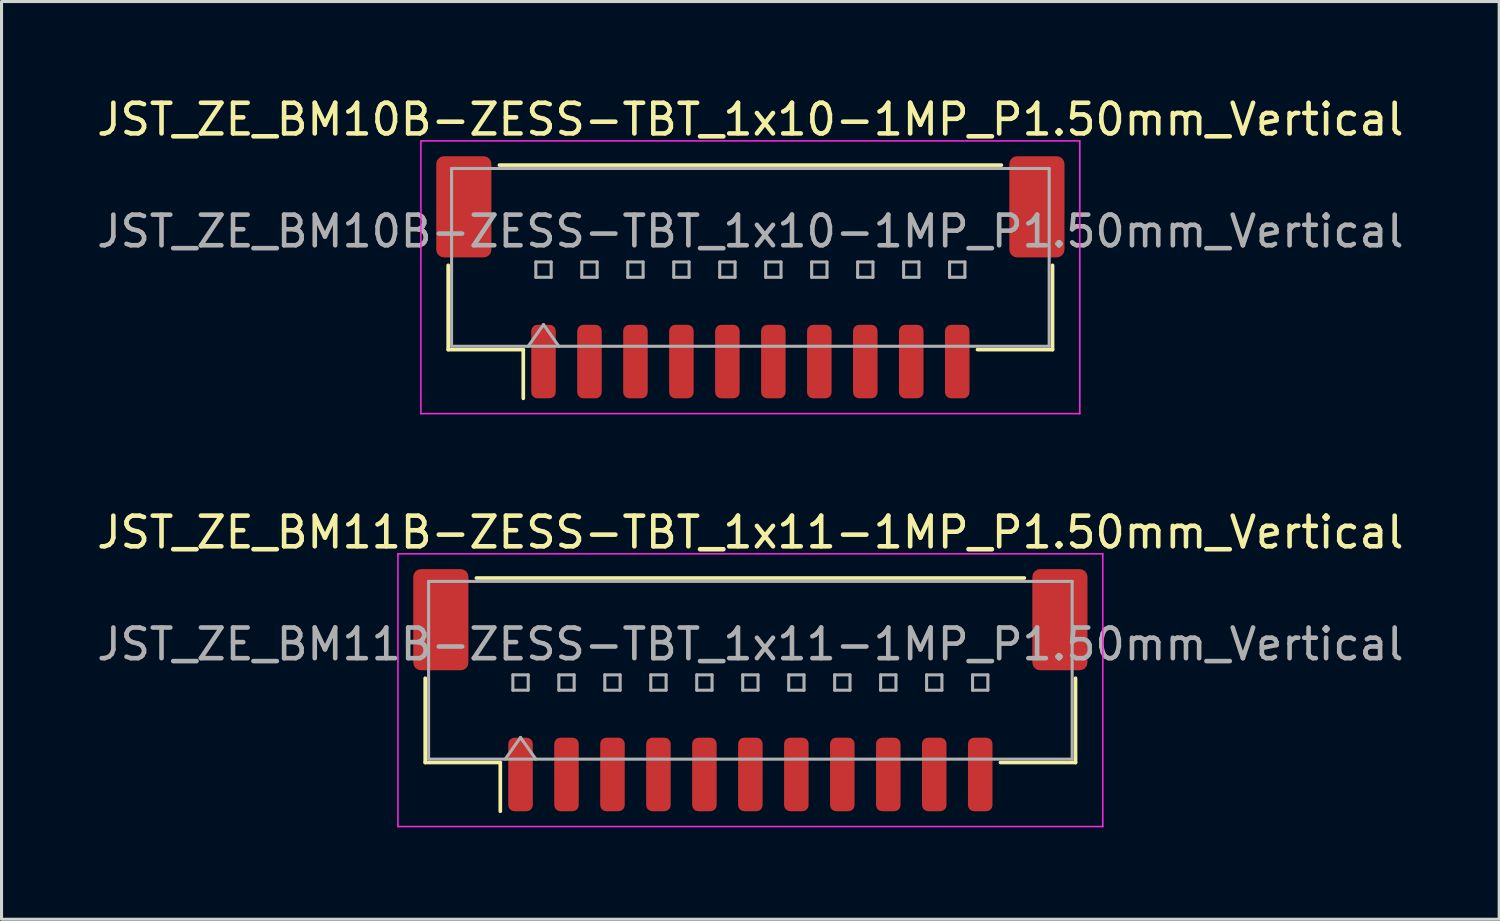
<source format=kicad_pcb>
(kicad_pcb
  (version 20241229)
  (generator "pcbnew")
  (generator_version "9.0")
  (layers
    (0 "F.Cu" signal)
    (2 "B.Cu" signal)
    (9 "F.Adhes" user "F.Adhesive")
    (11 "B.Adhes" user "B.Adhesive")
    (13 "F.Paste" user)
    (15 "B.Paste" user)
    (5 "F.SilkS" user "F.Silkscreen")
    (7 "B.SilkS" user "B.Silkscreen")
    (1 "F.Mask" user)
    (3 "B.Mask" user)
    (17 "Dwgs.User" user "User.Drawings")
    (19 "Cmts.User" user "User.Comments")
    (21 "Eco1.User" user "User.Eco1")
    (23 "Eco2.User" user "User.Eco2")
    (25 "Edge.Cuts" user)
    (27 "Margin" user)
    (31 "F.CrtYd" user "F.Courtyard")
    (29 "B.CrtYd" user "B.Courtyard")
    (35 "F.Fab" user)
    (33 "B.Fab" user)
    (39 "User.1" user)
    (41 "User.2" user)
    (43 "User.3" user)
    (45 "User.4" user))
  (footprint "JST_ZE_BM11B-ZESS-TBT_1x11-1MP_P1.50mm_Vertical"
    (layer "F.Cu")
    (at 21.435 19.471)
    (property "Reference" "JST_ZE_BM11B-ZESS-TBT_1x11-1MP_P1.50mm_Vertical" (at 0 -5.15 0) (layer "F.SilkS") (effects (font (size 1 1) (thickness 0.15))))
    (attr smd)
    (fp_line (start -10.61 -0.39) (end -10.61 2.36) (stroke (width 0.12) (type solid)) (layer "F.SilkS"))
    (fp_line (start -10.61 2.36) (end -8.16 2.36) (stroke (width 0.12) (type solid)) (layer "F.SilkS"))
    (fp_line (start -8.94 -3.66) (end 8.94 -3.66) (stroke (width 0.12) (type solid)) (layer "F.SilkS"))
    (fp_line (start -8.16 2.36) (end -8.16 3.95) (stroke (width 0.12) (type solid)) (layer "F.SilkS"))
    (fp_line (start 10.61 -0.39) (end 10.61 2.36) (stroke (width 0.12) (type solid)) (layer "F.SilkS"))
    (fp_line (start 10.61 2.36) (end 8.16 2.36) (stroke (width 0.12) (type solid)) (layer "F.SilkS"))
    (fp_line (start -11.5 -4.45) (end -11.5 4.45) (stroke (width 0.05) (type solid)) (layer "F.CrtYd"))
    (fp_line (start -11.5 4.45) (end 11.5 4.45) (stroke (width 0.05) (type solid)) (layer "F.CrtYd"))
    (fp_line (start 11.5 -4.45) (end -11.5 -4.45) (stroke (width 0.05) (type solid)) (layer "F.CrtYd"))
    (fp_line (start 11.5 4.45) (end 11.5 -4.45) (stroke (width 0.05) (type solid)) (layer "F.CrtYd"))
    (fp_line (start -10.5 -3.55) (end 10.5 -3.55) (stroke (width 0.1) (type solid)) (layer "F.Fab"))
    (fp_line (start -10.5 2.25) (end -10.5 -3.55) (stroke (width 0.1) (type solid)) (layer "F.Fab"))
    (fp_line (start -10.5 2.25) (end 10.5 2.25) (stroke (width 0.1) (type solid)) (layer "F.Fab"))
    (fp_line (start -8 2.25) (end -7.5 1.543) (stroke (width 0.1) (type solid)) (layer "F.Fab"))
    (fp_line (start -7.75 -0.5) (end -7.75 0) (stroke (width 0.1) (type solid)) (layer "F.Fab"))
    (fp_line (start -7.75 0) (end -7.25 0) (stroke (width 0.1) (type solid)) (layer "F.Fab"))
    (fp_line (start -7.5 1.543) (end -7 2.25) (stroke (width 0.1) (type solid)) (layer "F.Fab"))
    (fp_line (start -7.25 -0.5) (end -7.75 -0.5) (stroke (width 0.1) (type solid)) (layer "F.Fab"))
    (fp_line (start -7.25 0) (end -7.25 -0.5) (stroke (width 0.1) (type solid)) (layer "F.Fab"))
    (fp_line (start -6.25 -0.5) (end -6.25 0) (stroke (width 0.1) (type solid)) (layer "F.Fab"))
    (fp_line (start -6.25 0) (end -5.75 0) (stroke (width 0.1) (type solid)) (layer "F.Fab"))
    (fp_line (start -5.75 -0.5) (end -6.25 -0.5) (stroke (width 0.1) (type solid)) (layer "F.Fab"))
    (fp_line (start -5.75 0) (end -5.75 -0.5) (stroke (width 0.1) (type solid)) (layer "F.Fab"))
    (fp_line (start -4.75 -0.5) (end -4.75 0) (stroke (width 0.1) (type solid)) (layer "F.Fab"))
    (fp_line (start -4.75 0) (end -4.25 0) (stroke (width 0.1) (type solid)) (layer "F.Fab"))
    (fp_line (start -4.25 -0.5) (end -4.75 -0.5) (stroke (width 0.1) (type solid)) (layer "F.Fab"))
    (fp_line (start -4.25 0) (end -4.25 -0.5) (stroke (width 0.1) (type solid)) (layer "F.Fab"))
    (fp_line (start -3.25 -0.5) (end -3.25 0) (stroke (width 0.1) (type solid)) (layer "F.Fab"))
    (fp_line (start -3.25 0) (end -2.75 0) (stroke (width 0.1) (type solid)) (layer "F.Fab"))
    (fp_line (start -2.75 -0.5) (end -3.25 -0.5) (stroke (width 0.1) (type solid)) (layer "F.Fab"))
    (fp_line (start -2.75 0) (end -2.75 -0.5) (stroke (width 0.1) (type solid)) (layer "F.Fab"))
    (fp_line (start -1.75 -0.5) (end -1.75 0) (stroke (width 0.1) (type solid)) (layer "F.Fab"))
    (fp_line (start -1.75 0) (end -1.25 0) (stroke (width 0.1) (type solid)) (layer "F.Fab"))
    (fp_line (start -1.25 -0.5) (end -1.75 -0.5) (stroke (width 0.1) (type solid)) (layer "F.Fab"))
    (fp_line (start -1.25 0) (end -1.25 -0.5) (stroke (width 0.1) (type solid)) (layer "F.Fab"))
    (fp_line (start -0.25 -0.5) (end -0.25 0) (stroke (width 0.1) (type solid)) (layer "F.Fab"))
    (fp_line (start -0.25 0) (end 0.25 0) (stroke (width 0.1) (type solid)) (layer "F.Fab"))
    (fp_line (start 0.25 -0.5) (end -0.25 -0.5) (stroke (width 0.1) (type solid)) (layer "F.Fab"))
    (fp_line (start 0.25 0) (end 0.25 -0.5) (stroke (width 0.1) (type solid)) (layer "F.Fab"))
    (fp_line (start 1.25 -0.5) (end 1.25 0) (stroke (width 0.1) (type solid)) (layer "F.Fab"))
    (fp_line (start 1.25 0) (end 1.75 0) (stroke (width 0.1) (type solid)) (layer "F.Fab"))
    (fp_line (start 1.75 -0.5) (end 1.25 -0.5) (stroke (width 0.1) (type solid)) (layer "F.Fab"))
    (fp_line (start 1.75 0) (end 1.75 -0.5) (stroke (width 0.1) (type solid)) (layer "F.Fab"))
    (fp_line (start 2.75 -0.5) (end 2.75 0) (stroke (width 0.1) (type solid)) (layer "F.Fab"))
    (fp_line (start 2.75 0) (end 3.25 0) (stroke (width 0.1) (type solid)) (layer "F.Fab"))
    (fp_line (start 3.25 -0.5) (end 2.75 -0.5) (stroke (width 0.1) (type solid)) (layer "F.Fab"))
    (fp_line (start 3.25 0) (end 3.25 -0.5) (stroke (width 0.1) (type solid)) (layer "F.Fab"))
    (fp_line (start 4.25 -0.5) (end 4.25 0) (stroke (width 0.1) (type solid)) (layer "F.Fab"))
    (fp_line (start 4.25 0) (end 4.75 0) (stroke (width 0.1) (type solid)) (layer "F.Fab"))
    (fp_line (start 4.75 -0.5) (end 4.25 -0.5) (stroke (width 0.1) (type solid)) (layer "F.Fab"))
    (fp_line (start 4.75 0) (end 4.75 -0.5) (stroke (width 0.1) (type solid)) (layer "F.Fab"))
    (fp_line (start 5.75 -0.5) (end 5.75 0) (stroke (width 0.1) (type solid)) (layer "F.Fab"))
    (fp_line (start 5.75 0) (end 6.25 0) (stroke (width 0.1) (type solid)) (layer "F.Fab"))
    (fp_line (start 6.25 -0.5) (end 5.75 -0.5) (stroke (width 0.1) (type solid)) (layer "F.Fab"))
    (fp_line (start 6.25 0) (end 6.25 -0.5) (stroke (width 0.1) (type solid)) (layer "F.Fab"))
    (fp_line (start 7.25 -0.5) (end 7.25 0) (stroke (width 0.1) (type solid)) (layer "F.Fab"))
    (fp_line (start 7.25 0) (end 7.75 0) (stroke (width 0.1) (type solid)) (layer "F.Fab"))
    (fp_line (start 7.75 -0.5) (end 7.25 -0.5) (stroke (width 0.1) (type solid)) (layer "F.Fab"))
    (fp_line (start 7.75 0) (end 7.75 -0.5) (stroke (width 0.1) (type solid)) (layer "F.Fab"))
    (fp_line (start 10.5 2.25) (end 10.5 -3.55) (stroke (width 0.1) (type solid)) (layer "F.Fab"))
    (fp_text user "${REFERENCE}" (at 0 -1.5 0) (layer "F.Fab") (effects (font (size 1 1) (thickness 0.15))))
    (pad "1" smd roundrect (at -7.5 2.75) (size 0.8 2.4) (layers "F.Cu" "F.Mask" "F.Paste") (roundrect_rratio 0.25))
    (pad "2" smd roundrect (at -6 2.75) (size 0.8 2.4) (layers "F.Cu" "F.Mask" "F.Paste") (roundrect_rratio 0.25))
    (pad "3" smd roundrect (at -4.5 2.75) (size 0.8 2.4) (layers "F.Cu" "F.Mask" "F.Paste") (roundrect_rratio 0.25))
    (pad "4" smd roundrect (at -3 2.75) (size 0.8 2.4) (layers "F.Cu" "F.Mask" "F.Paste") (roundrect_rratio 0.25))
    (pad "5" smd roundrect (at -1.5 2.75) (size 0.8 2.4) (layers "F.Cu" "F.Mask" "F.Paste") (roundrect_rratio 0.25))
    (pad "6" smd roundrect (at 0 2.75) (size 0.8 2.4) (layers "F.Cu" "F.Mask" "F.Paste") (roundrect_rratio 0.25))
    (pad "7" smd roundrect (at 1.5 2.75) (size 0.8 2.4) (layers "F.Cu" "F.Mask" "F.Paste") (roundrect_rratio 0.25))
    (pad "8" smd roundrect (at 3 2.75) (size 0.8 2.4) (layers "F.Cu" "F.Mask" "F.Paste") (roundrect_rratio 0.25))
    (pad "9" smd roundrect (at 4.5 2.75) (size 0.8 2.4) (layers "F.Cu" "F.Mask" "F.Paste") (roundrect_rratio 0.25))
    (pad "10" smd roundrect (at 6 2.75) (size 0.8 2.4) (layers "F.Cu" "F.Mask" "F.Paste") (roundrect_rratio 0.25))
    (pad "11" smd roundrect (at 7.5 2.75) (size 0.8 2.4) (layers "F.Cu" "F.Mask" "F.Paste") (roundrect_rratio 0.25))
    (pad "MP" smd roundrect (at -10.1 -2.3) (size 1.8 3.3) (layers "F.Cu" "F.Mask" "F.Paste") (roundrect_rratio 0.139))
    (pad "MP" smd roundrect (at 10.1 -2.3) (size 1.8 3.3) (layers "F.Cu" "F.Mask" "F.Paste") (roundrect_rratio 0.139)))
  (footprint "JST_ZE_BM10B-ZESS-TBT_1x10-1MP_P1.50mm_Vertical"
    (layer "F.Cu")
    (at 21.435 5.998)
    (property "Reference" "JST_ZE_BM10B-ZESS-TBT_1x10-1MP_P1.50mm_Vertical" (at 0 -5.15 0) (layer "F.SilkS") (effects (font (size 1 1) (thickness 0.15))))
    (attr smd)
    (fp_line (start -9.86 -0.39) (end -9.86 2.36) (stroke (width 0.12) (type solid)) (layer "F.SilkS"))
    (fp_line (start -9.86 2.36) (end -7.41 2.36) (stroke (width 0.12) (type solid)) (layer "F.SilkS"))
    (fp_line (start -8.19 -3.66) (end 8.19 -3.66) (stroke (width 0.12) (type solid)) (layer "F.SilkS"))
    (fp_line (start -7.41 2.36) (end -7.41 3.95) (stroke (width 0.12) (type solid)) (layer "F.SilkS"))
    (fp_line (start 9.86 -0.39) (end 9.86 2.36) (stroke (width 0.12) (type solid)) (layer "F.SilkS"))
    (fp_line (start 9.86 2.36) (end 7.41 2.36) (stroke (width 0.12) (type solid)) (layer "F.SilkS"))
    (fp_line (start -10.75 -4.45) (end -10.75 4.45) (stroke (width 0.05) (type solid)) (layer "F.CrtYd"))
    (fp_line (start -10.75 4.45) (end 10.75 4.45) (stroke (width 0.05) (type solid)) (layer "F.CrtYd"))
    (fp_line (start 10.75 -4.45) (end -10.75 -4.45) (stroke (width 0.05) (type solid)) (layer "F.CrtYd"))
    (fp_line (start 10.75 4.45) (end 10.75 -4.45) (stroke (width 0.05) (type solid)) (layer "F.CrtYd"))
    (fp_line (start -9.75 -3.55) (end 9.75 -3.55) (stroke (width 0.1) (type solid)) (layer "F.Fab"))
    (fp_line (start -9.75 2.25) (end -9.75 -3.55) (stroke (width 0.1) (type solid)) (layer "F.Fab"))
    (fp_line (start -9.75 2.25) (end 9.75 2.25) (stroke (width 0.1) (type solid)) (layer "F.Fab"))
    (fp_line (start -7.25 2.25) (end -6.75 1.543) (stroke (width 0.1) (type solid)) (layer "F.Fab"))
    (fp_line (start -7 -0.5) (end -7 0) (stroke (width 0.1) (type solid)) (layer "F.Fab"))
    (fp_line (start -7 0) (end -6.5 0) (stroke (width 0.1) (type solid)) (layer "F.Fab"))
    (fp_line (start -6.75 1.543) (end -6.25 2.25) (stroke (width 0.1) (type solid)) (layer "F.Fab"))
    (fp_line (start -6.5 -0.5) (end -7 -0.5) (stroke (width 0.1) (type solid)) (layer "F.Fab"))
    (fp_line (start -6.5 0) (end -6.5 -0.5) (stroke (width 0.1) (type solid)) (layer "F.Fab"))
    (fp_line (start -5.5 -0.5) (end -5.5 0) (stroke (width 0.1) (type solid)) (layer "F.Fab"))
    (fp_line (start -5.5 0) (end -5 0) (stroke (width 0.1) (type solid)) (layer "F.Fab"))
    (fp_line (start -5 -0.5) (end -5.5 -0.5) (stroke (width 0.1) (type solid)) (layer "F.Fab"))
    (fp_line (start -5 0) (end -5 -0.5) (stroke (width 0.1) (type solid)) (layer "F.Fab"))
    (fp_line (start -4 -0.5) (end -4 0) (stroke (width 0.1) (type solid)) (layer "F.Fab"))
    (fp_line (start -4 0) (end -3.5 0) (stroke (width 0.1) (type solid)) (layer "F.Fab"))
    (fp_line (start -3.5 -0.5) (end -4 -0.5) (stroke (width 0.1) (type solid)) (layer "F.Fab"))
    (fp_line (start -3.5 0) (end -3.5 -0.5) (stroke (width 0.1) (type solid)) (layer "F.Fab"))
    (fp_line (start -2.5 -0.5) (end -2.5 0) (stroke (width 0.1) (type solid)) (layer "F.Fab"))
    (fp_line (start -2.5 0) (end -2 0) (stroke (width 0.1) (type solid)) (layer "F.Fab"))
    (fp_line (start -2 -0.5) (end -2.5 -0.5) (stroke (width 0.1) (type solid)) (layer "F.Fab"))
    (fp_line (start -2 0) (end -2 -0.5) (stroke (width 0.1) (type solid)) (layer "F.Fab"))
    (fp_line (start -1 -0.5) (end -1 0) (stroke (width 0.1) (type solid)) (layer "F.Fab"))
    (fp_line (start -1 0) (end -0.5 0) (stroke (width 0.1) (type solid)) (layer "F.Fab"))
    (fp_line (start -0.5 -0.5) (end -1 -0.5) (stroke (width 0.1) (type solid)) (layer "F.Fab"))
    (fp_line (start -0.5 0) (end -0.5 -0.5) (stroke (width 0.1) (type solid)) (layer "F.Fab"))
    (fp_line (start 0.5 -0.5) (end 0.5 0) (stroke (width 0.1) (type solid)) (layer "F.Fab"))
    (fp_line (start 0.5 0) (end 1 0) (stroke (width 0.1) (type solid)) (layer "F.Fab"))
    (fp_line (start 1 -0.5) (end 0.5 -0.5) (stroke (width 0.1) (type solid)) (layer "F.Fab"))
    (fp_line (start 1 0) (end 1 -0.5) (stroke (width 0.1) (type solid)) (layer "F.Fab"))
    (fp_line (start 2 -0.5) (end 2 0) (stroke (width 0.1) (type solid)) (layer "F.Fab"))
    (fp_line (start 2 0) (end 2.5 0) (stroke (width 0.1) (type solid)) (layer "F.Fab"))
    (fp_line (start 2.5 -0.5) (end 2 -0.5) (stroke (width 0.1) (type solid)) (layer "F.Fab"))
    (fp_line (start 2.5 0) (end 2.5 -0.5) (stroke (width 0.1) (type solid)) (layer "F.Fab"))
    (fp_line (start 3.5 -0.5) (end 3.5 0) (stroke (width 0.1) (type solid)) (layer "F.Fab"))
    (fp_line (start 3.5 0) (end 4 0) (stroke (width 0.1) (type solid)) (layer "F.Fab"))
    (fp_line (start 4 -0.5) (end 3.5 -0.5) (stroke (width 0.1) (type solid)) (layer "F.Fab"))
    (fp_line (start 4 0) (end 4 -0.5) (stroke (width 0.1) (type solid)) (layer "F.Fab"))
    (fp_line (start 5 -0.5) (end 5 0) (stroke (width 0.1) (type solid)) (layer "F.Fab"))
    (fp_line (start 5 0) (end 5.5 0) (stroke (width 0.1) (type solid)) (layer "F.Fab"))
    (fp_line (start 5.5 -0.5) (end 5 -0.5) (stroke (width 0.1) (type solid)) (layer "F.Fab"))
    (fp_line (start 5.5 0) (end 5.5 -0.5) (stroke (width 0.1) (type solid)) (layer "F.Fab"))
    (fp_line (start 6.5 -0.5) (end 6.5 0) (stroke (width 0.1) (type solid)) (layer "F.Fab"))
    (fp_line (start 6.5 0) (end 7 0) (stroke (width 0.1) (type solid)) (layer "F.Fab"))
    (fp_line (start 7 -0.5) (end 6.5 -0.5) (stroke (width 0.1) (type solid)) (layer "F.Fab"))
    (fp_line (start 7 0) (end 7 -0.5) (stroke (width 0.1) (type solid)) (layer "F.Fab"))
    (fp_line (start 9.75 2.25) (end 9.75 -3.55) (stroke (width 0.1) (type solid)) (layer "F.Fab"))
    (fp_text user "${REFERENCE}" (at 0 -1.5 0) (layer "F.Fab") (effects (font (size 1 1) (thickness 0.15))))
    (pad "1" smd roundrect (at -6.75 2.75) (size 0.8 2.4) (layers "F.Cu" "F.Mask" "F.Paste") (roundrect_rratio 0.25))
    (pad "2" smd roundrect (at -5.25 2.75) (size 0.8 2.4) (layers "F.Cu" "F.Mask" "F.Paste") (roundrect_rratio 0.25))
    (pad "3" smd roundrect (at -3.75 2.75) (size 0.8 2.4) (layers "F.Cu" "F.Mask" "F.Paste") (roundrect_rratio 0.25))
    (pad "4" smd roundrect (at -2.25 2.75) (size 0.8 2.4) (layers "F.Cu" "F.Mask" "F.Paste") (roundrect_rratio 0.25))
    (pad "5" smd roundrect (at -0.75 2.75) (size 0.8 2.4) (layers "F.Cu" "F.Mask" "F.Paste") (roundrect_rratio 0.25))
    (pad "6" smd roundrect (at 0.75 2.75) (size 0.8 2.4) (layers "F.Cu" "F.Mask" "F.Paste") (roundrect_rratio 0.25))
    (pad "7" smd roundrect (at 2.25 2.75) (size 0.8 2.4) (layers "F.Cu" "F.Mask" "F.Paste") (roundrect_rratio 0.25))
    (pad "8" smd roundrect (at 3.75 2.75) (size 0.8 2.4) (layers "F.Cu" "F.Mask" "F.Paste") (roundrect_rratio 0.25))
    (pad "9" smd roundrect (at 5.25 2.75) (size 0.8 2.4) (layers "F.Cu" "F.Mask" "F.Paste") (roundrect_rratio 0.25))
    (pad "10" smd roundrect (at 6.75 2.75) (size 0.8 2.4) (layers "F.Cu" "F.Mask" "F.Paste") (roundrect_rratio 0.25))
    (pad "MP" smd roundrect (at -9.35 -2.3) (size 1.8 3.3) (layers "F.Cu" "F.Mask" "F.Paste") (roundrect_rratio 0.139))
    (pad "MP" smd roundrect (at 9.35 -2.3) (size 1.8 3.3) (layers "F.Cu" "F.Mask" "F.Paste") (roundrect_rratio 0.139)))
  (gr_rect
    (start -3 -3)
    (end 45.869 26.947)
    (stroke (width 0.1) (type default))
    (fill no)
    (layer "Edge.Cuts")))
</source>
